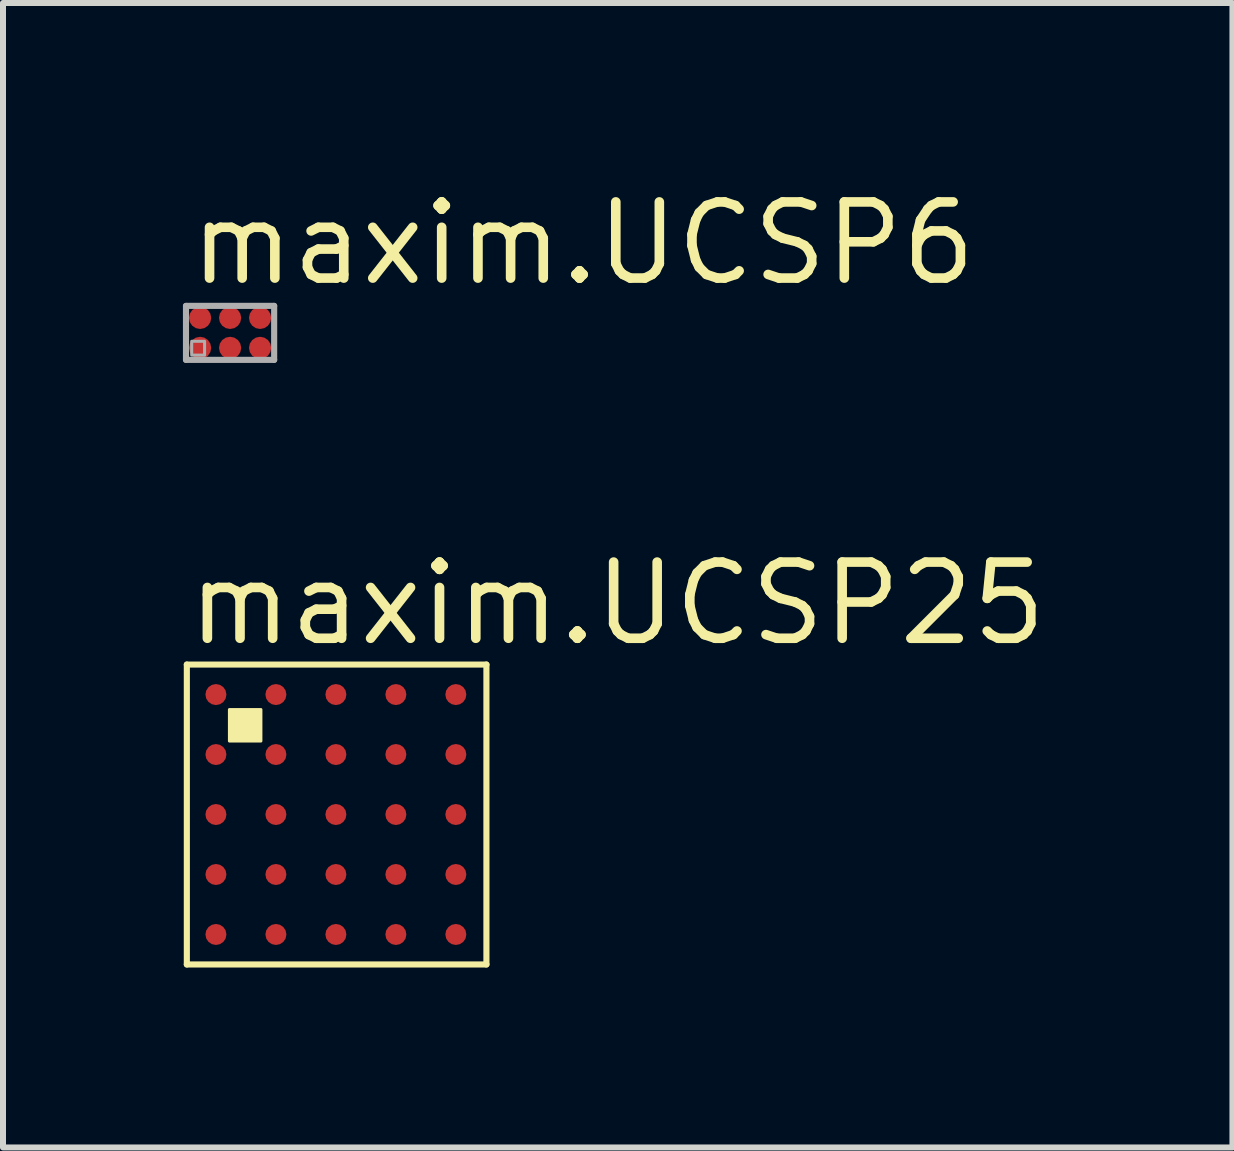
<source format=kicad_pcb>
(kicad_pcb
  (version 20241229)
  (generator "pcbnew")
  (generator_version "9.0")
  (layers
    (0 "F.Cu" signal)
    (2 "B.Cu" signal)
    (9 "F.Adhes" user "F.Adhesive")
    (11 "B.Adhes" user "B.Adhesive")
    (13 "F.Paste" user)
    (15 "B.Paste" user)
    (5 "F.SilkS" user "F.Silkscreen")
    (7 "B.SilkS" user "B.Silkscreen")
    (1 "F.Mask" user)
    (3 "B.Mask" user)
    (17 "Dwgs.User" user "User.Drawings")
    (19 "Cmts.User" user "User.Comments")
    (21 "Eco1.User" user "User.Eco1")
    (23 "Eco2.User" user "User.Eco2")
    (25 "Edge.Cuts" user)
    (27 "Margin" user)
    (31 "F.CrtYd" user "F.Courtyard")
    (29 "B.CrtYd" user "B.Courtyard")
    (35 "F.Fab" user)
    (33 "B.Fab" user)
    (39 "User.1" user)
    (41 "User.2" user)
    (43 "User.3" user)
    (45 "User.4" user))
  (footprint "maxim.UCSP6"
    (layer "F.Cu")
    (at 0.786 2.5)
    (property "Reference" "maxim.UCSP6" (at -0.75 -0.75 0) (layer "F.SilkS") (effects (font (size 1.27 1.27) (thickness 0.16)) (justify left bottom)))
    (attr smd)
    (fp_circle (center -0.5 -0.25) (end -0.295 -0.25) (stroke (width 0.1) (type default)) (fill no) (layer "F.Mask"))
    (fp_circle (center -0.5 0.25) (end -0.295 0.25) (stroke (width 0.1) (type default)) (fill no) (layer "F.Mask"))
    (fp_circle (center 0 -0.25) (end 0.205 -0.25) (stroke (width 0.1) (type default)) (fill no) (layer "F.Mask"))
    (fp_circle (center 0 0.25) (end 0.205 0.25) (stroke (width 0.1) (type default)) (fill no) (layer "F.Mask"))
    (fp_circle (center 0.5 -0.25) (end 0.705 -0.25) (stroke (width 0.1) (type default)) (fill no) (layer "F.Mask"))
    (fp_circle (center 0.5 0.25) (end 0.705 0.25) (stroke (width 0.1) (type default)) (fill no) (layer "F.Mask"))
    (fp_line (start -0.735 -0.45) (end 0.735 -0.45) (stroke (width 0.102) (type default)) (layer "F.Fab"))
    (fp_line (start -0.735 0.45) (end -0.735 -0.45) (stroke (width 0.102) (type default)) (layer "F.Fab"))
    (fp_line (start 0.735 -0.45) (end 0.735 0.45) (stroke (width 0.102) (type default)) (layer "F.Fab"))
    (fp_line (start 0.735 0.45) (end -0.735 0.45) (stroke (width 0.102) (type default)) (layer "F.Fab"))
    (fp_rect (start -0.64 0.37) (end -0.425 0.14) (stroke (width 0.05) (type default)) (fill no) (layer "F.Fab"))
    (pad "A1" smd roundrect (at -0.5 -0.25) (size 0.37 0.37) (layers "F.Cu" "F.Mask" "F.Paste") (roundrect_rratio 0.5))
    (pad "A2" smd roundrect (at 0 -0.25) (size 0.37 0.37) (layers "F.Cu" "F.Mask" "F.Paste") (roundrect_rratio 0.5))
    (pad "A3" smd roundrect (at 0.5 -0.25) (size 0.37 0.37) (layers "F.Cu" "F.Mask" "F.Paste") (roundrect_rratio 0.5))
    (pad "B1" smd roundrect (at -0.5 0.25) (size 0.37 0.37) (layers "F.Cu" "F.Mask" "F.Paste") (roundrect_rratio 0.5))
    (pad "B2" smd roundrect (at 0 0.25) (size 0.37 0.37) (layers "F.Cu" "F.Mask" "F.Paste") (roundrect_rratio 0.5))
    (pad "B3" smd roundrect (at 0.5 0.25) (size 0.37 0.37) (layers "F.Cu" "F.Mask" "F.Paste") (roundrect_rratio 0.5)))
  (footprint "maxim.UCSP25"
    (layer "F.Cu")
    (at 2.55 10.53)
    (property "Reference" "maxim.UCSP25" (at -2.55 -2.775 0) (layer "F.SilkS") (effects (font (size 1.27 1.27) (thickness 0.16)) (justify left bottom)))
    (attr smd)
    (fp_circle (center -2 -2) (end -1.8 -2) (stroke (width 0.1) (type default)) (fill no) (layer "F.Mask"))
    (fp_circle (center -2 -1) (end -1.8 -1) (stroke (width 0.1) (type default)) (fill no) (layer "F.Mask"))
    (fp_circle (center -2 0) (end -1.8 0) (stroke (width 0.1) (type default)) (fill no) (layer "F.Mask"))
    (fp_circle (center -2 1) (end -1.8 1) (stroke (width 0.1) (type default)) (fill no) (layer "F.Mask"))
    (fp_circle (center -2 2) (end -1.8 2) (stroke (width 0.1) (type default)) (fill no) (layer "F.Mask"))
    (fp_circle (center -1 -2) (end -0.8 -2) (stroke (width 0.1) (type default)) (fill no) (layer "F.Mask"))
    (fp_circle (center -1 -1) (end -0.8 -1) (stroke (width 0.1) (type default)) (fill no) (layer "F.Mask"))
    (fp_circle (center -1 0) (end -0.8 0) (stroke (width 0.1) (type default)) (fill no) (layer "F.Mask"))
    (fp_circle (center -1 1) (end -0.8 1) (stroke (width 0.1) (type default)) (fill no) (layer "F.Mask"))
    (fp_circle (center -1 2) (end -0.8 2) (stroke (width 0.1) (type default)) (fill no) (layer "F.Mask"))
    (fp_circle (center 0 -2) (end 0.2 -2) (stroke (width 0.1) (type default)) (fill no) (layer "F.Mask"))
    (fp_circle (center 0 -1) (end 0.2 -1) (stroke (width 0.1) (type default)) (fill no) (layer "F.Mask"))
    (fp_circle (center 0 0) (end 0.2 0) (stroke (width 0.1) (type default)) (fill no) (layer "F.Mask"))
    (fp_circle (center 0 1) (end 0.2 1) (stroke (width 0.1) (type default)) (fill no) (layer "F.Mask"))
    (fp_circle (center 0 2) (end 0.2 2) (stroke (width 0.1) (type default)) (fill no) (layer "F.Mask"))
    (fp_circle (center 1 -2) (end 1.2 -2) (stroke (width 0.1) (type default)) (fill no) (layer "F.Mask"))
    (fp_circle (center 1 -1) (end 1.2 -1) (stroke (width 0.1) (type default)) (fill no) (layer "F.Mask"))
    (fp_circle (center 1 0) (end 1.2 0) (stroke (width 0.1) (type default)) (fill no) (layer "F.Mask"))
    (fp_circle (center 1 1) (end 1.2 1) (stroke (width 0.1) (type default)) (fill no) (layer "F.Mask"))
    (fp_circle (center 1 2) (end 1.2 2) (stroke (width 0.1) (type default)) (fill no) (layer "F.Mask"))
    (fp_circle (center 2 -2) (end 2.2 -2) (stroke (width 0.1) (type default)) (fill no) (layer "F.Mask"))
    (fp_circle (center 2 -1) (end 2.2 -1) (stroke (width 0.1) (type default)) (fill no) (layer "F.Mask"))
    (fp_circle (center 2 0) (end 2.2 0) (stroke (width 0.1) (type default)) (fill no) (layer "F.Mask"))
    (fp_circle (center 2 1) (end 2.2 1) (stroke (width 0.1) (type default)) (fill no) (layer "F.Mask"))
    (fp_circle (center 2 2) (end 2.2 2) (stroke (width 0.1) (type default)) (fill no) (layer "F.Mask"))
    (fp_line (start -2.485 -2.5) (end 2.51 -2.5) (stroke (width 0.102) (type default)) (layer "F.SilkS"))
    (fp_line (start -2.485 2.5) (end -2.485 -2.5) (stroke (width 0.102) (type default)) (layer "F.SilkS"))
    (fp_line (start 2.51 -2.5) (end 2.51 2.5) (stroke (width 0.102) (type default)) (layer "F.SilkS"))
    (fp_line (start 2.51 2.5) (end -2.485 2.5) (stroke (width 0.102) (type default)) (layer "F.SilkS"))
    (fp_rect (start -1.775 -1.225) (end -1.25 -1.75) (stroke (width 0.05) (type default)) (fill yes) (layer "F.SilkS"))
    (pad "A1" smd roundrect (at -2 -2) (size 0.35 0.35) (layers "F.Cu" "F.Mask" "F.Paste") (roundrect_rratio 0.5))
    (pad "A2" smd roundrect (at -1 -2) (size 0.35 0.35) (layers "F.Cu" "F.Mask" "F.Paste") (roundrect_rratio 0.5))
    (pad "A3" smd roundrect (at 0 -2) (size 0.35 0.35) (layers "F.Cu" "F.Mask" "F.Paste") (roundrect_rratio 0.5))
    (pad "A4" smd roundrect (at 1 -2) (size 0.35 0.35) (layers "F.Cu" "F.Mask" "F.Paste") (roundrect_rratio 0.5))
    (pad "A5" smd roundrect (at 2 -2) (size 0.35 0.35) (layers "F.Cu" "F.Mask" "F.Paste") (roundrect_rratio 0.5))
    (pad "B1" smd roundrect (at -2 -1) (size 0.35 0.35) (layers "F.Cu" "F.Mask" "F.Paste") (roundrect_rratio 0.5))
    (pad "B2" smd roundrect (at -1 -1) (size 0.35 0.35) (layers "F.Cu" "F.Mask" "F.Paste") (roundrect_rratio 0.5))
    (pad "B3" smd roundrect (at 0 -1) (size 0.35 0.35) (layers "F.Cu" "F.Mask" "F.Paste") (roundrect_rratio 0.5))
    (pad "B4" smd roundrect (at 1 -1) (size 0.35 0.35) (layers "F.Cu" "F.Mask" "F.Paste") (roundrect_rratio 0.5))
    (pad "B5" smd roundrect (at 2 -1) (size 0.35 0.35) (layers "F.Cu" "F.Mask" "F.Paste") (roundrect_rratio 0.5))
    (pad "C1" smd roundrect (at -2 0) (size 0.35 0.35) (layers "F.Cu" "F.Mask" "F.Paste") (roundrect_rratio 0.5))
    (pad "C2" smd roundrect (at -1 0) (size 0.35 0.35) (layers "F.Cu" "F.Mask" "F.Paste") (roundrect_rratio 0.5))
    (pad "C3" smd roundrect (at 0 0) (size 0.35 0.35) (layers "F.Cu" "F.Mask" "F.Paste") (roundrect_rratio 0.5))
    (pad "C4" smd roundrect (at 1 0) (size 0.35 0.35) (layers "F.Cu" "F.Mask" "F.Paste") (roundrect_rratio 0.5))
    (pad "C5" smd roundrect (at 2 0) (size 0.35 0.35) (layers "F.Cu" "F.Mask" "F.Paste") (roundrect_rratio 0.5))
    (pad "D1" smd roundrect (at -2 1) (size 0.35 0.35) (layers "F.Cu" "F.Mask" "F.Paste") (roundrect_rratio 0.5))
    (pad "D2" smd roundrect (at -1 1) (size 0.35 0.35) (layers "F.Cu" "F.Mask" "F.Paste") (roundrect_rratio 0.5))
    (pad "D3" smd roundrect (at 0 1) (size 0.35 0.35) (layers "F.Cu" "F.Mask" "F.Paste") (roundrect_rratio 0.5))
    (pad "D4" smd roundrect (at 1 1) (size 0.35 0.35) (layers "F.Cu" "F.Mask" "F.Paste") (roundrect_rratio 0.5))
    (pad "D5" smd roundrect (at 2 1) (size 0.35 0.35) (layers "F.Cu" "F.Mask" "F.Paste") (roundrect_rratio 0.5))
    (pad "E1" smd roundrect (at -2 2) (size 0.35 0.35) (layers "F.Cu" "F.Mask" "F.Paste") (roundrect_rratio 0.5))
    (pad "E2" smd roundrect (at -1 2) (size 0.35 0.35) (layers "F.Cu" "F.Mask" "F.Paste") (roundrect_rratio 0.5))
    (pad "E3" smd roundrect (at 0 2) (size 0.35 0.35) (layers "F.Cu" "F.Mask" "F.Paste") (roundrect_rratio 0.5))
    (pad "E4" smd roundrect (at 1 2) (size 0.35 0.35) (layers "F.Cu" "F.Mask" "F.Paste") (roundrect_rratio 0.5))
    (pad "E5" smd roundrect (at 2 2) (size 0.35 0.35) (layers "F.Cu" "F.Mask" "F.Paste") (roundrect_rratio 0.5)))
  (gr_rect
    (start -3 -3)
    (end 17.498 16.081)
    (stroke (width 0.1) (type default))
    (fill no)
    (layer "Edge.Cuts")))
</source>
